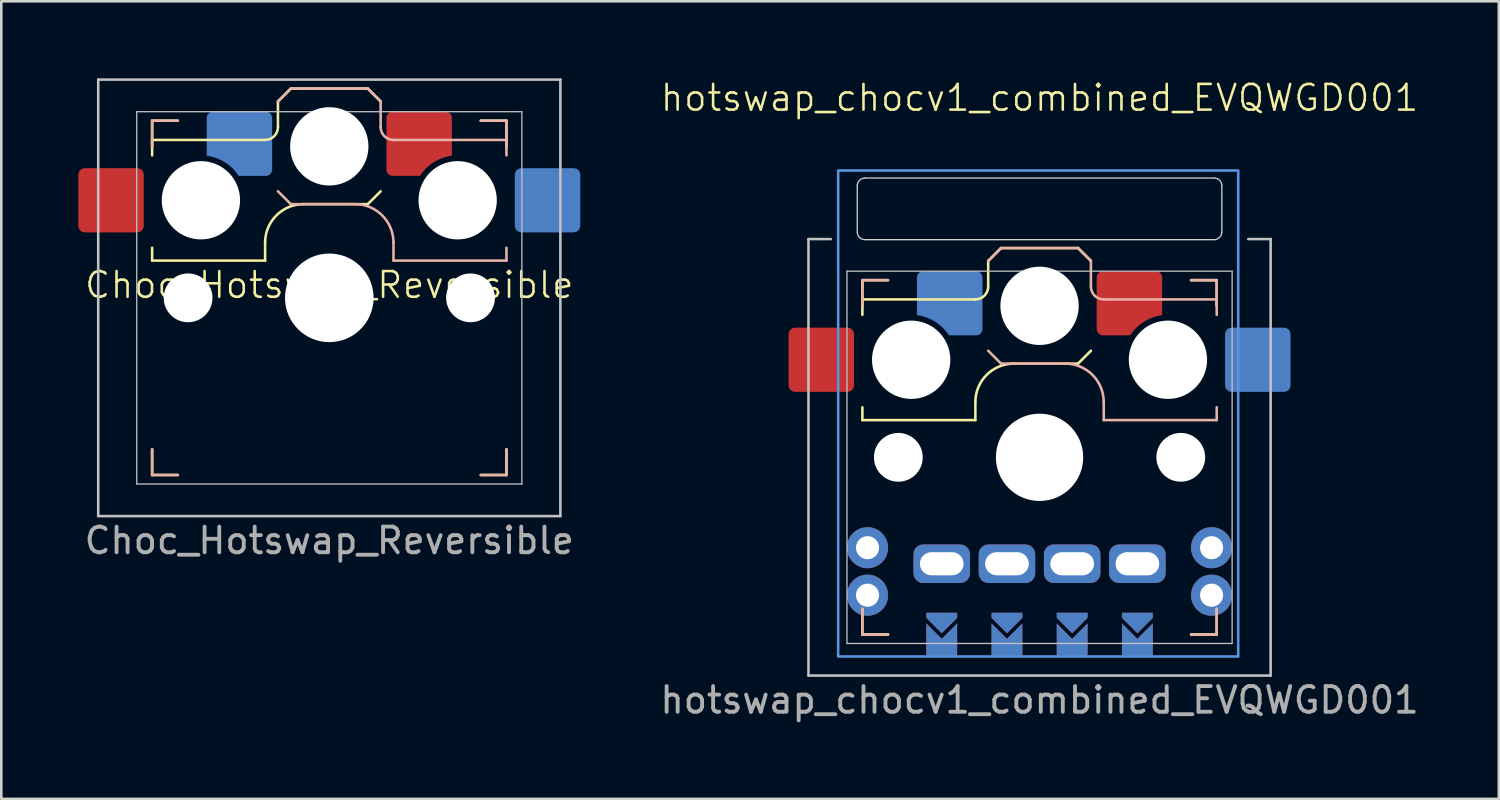
<source format=kicad_pcb>
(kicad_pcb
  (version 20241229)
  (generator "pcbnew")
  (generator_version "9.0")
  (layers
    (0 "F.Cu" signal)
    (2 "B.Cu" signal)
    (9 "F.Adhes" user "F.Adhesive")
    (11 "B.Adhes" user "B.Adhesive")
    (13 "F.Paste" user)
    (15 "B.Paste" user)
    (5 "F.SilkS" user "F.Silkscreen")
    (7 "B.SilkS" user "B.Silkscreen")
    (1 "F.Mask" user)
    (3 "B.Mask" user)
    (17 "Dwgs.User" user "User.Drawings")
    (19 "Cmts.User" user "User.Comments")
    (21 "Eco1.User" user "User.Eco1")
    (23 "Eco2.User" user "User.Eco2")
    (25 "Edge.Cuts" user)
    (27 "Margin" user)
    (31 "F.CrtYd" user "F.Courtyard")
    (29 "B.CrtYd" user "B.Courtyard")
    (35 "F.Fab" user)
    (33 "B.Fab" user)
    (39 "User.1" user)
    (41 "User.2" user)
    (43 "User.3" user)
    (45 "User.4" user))
  (footprint "hotswap_chocv1_combined_EVQWGD001"
    (layer "F.Cu")
    (at 37.437 14.761)
    (property "Reference" "hotswap_chocv1_combined_EVQWGD001" (at 0 -14 0) (unlocked yes) (layer "F.SilkS") (effects (font (size 1 1) (thickness 0.1))))
    (attr through_hole)
    (fp_rect (start -4.318 6.2) (end -3.302 7.216) (stroke (width 0.1) (type solid)) (fill yes) (layer "F.Mask"))
    (fp_rect (start -1.778 6.2) (end -0.762 7.216) (stroke (width 0.1) (type solid)) (fill yes) (layer "F.Mask"))
    (fp_rect (start 0.762 6.2) (end 1.778 7.216) (stroke (width 0.1) (type solid)) (fill yes) (layer "F.Mask"))
    (fp_rect (start 3.302 6.2) (end 4.318 7.216) (stroke (width 0.1) (type solid)) (fill yes) (layer "F.Mask"))
    (fp_rect (start -4.318 6.2) (end -3.302 7.216) (stroke (width 0.1) (type solid)) (fill yes) (layer "B.Mask"))
    (fp_rect (start -1.778 6.2) (end -0.762 7.216) (stroke (width 0.1) (type solid)) (fill yes) (layer "B.Mask"))
    (fp_rect (start 0.762 6.2) (end 1.778 7.216) (stroke (width 0.1) (type solid)) (fill yes) (layer "B.Mask"))
    (fp_rect (start 3.302 6.2) (end 4.318 7.216) (stroke (width 0.1) (type solid)) (fill yes) (layer "B.Mask"))
    (fp_line (start -6.9 -6.9) (end -6.9 -5.9) (stroke (width 0.1) (type default)) (layer "F.SilkS"))
    (fp_line (start -6.9 -6.9) (end -5.9 -6.9) (stroke (width 0.1) (type default)) (layer "F.SilkS"))
    (fp_line (start -6.9 -6.15) (end -2.5 -6.15) (stroke (width 0.1) (type solid)) (layer "F.SilkS"))
    (fp_line (start -6.9 -5.55) (end -6.9 -6.15) (stroke (width 0.1) (type solid)) (layer "F.SilkS"))
    (fp_line (start -6.9 -1.45) (end -6.9 -1.95) (stroke (width 0.1) (type solid)) (layer "F.SilkS"))
    (fp_line (start -6.9 6.9) (end -6.9 5.9) (stroke (width 0.1) (type default)) (layer "F.SilkS"))
    (fp_line (start -6.9 6.9) (end -5.9 6.9) (stroke (width 0.1) (type default)) (layer "F.SilkS"))
    (fp_line (start -2.5 -2.15) (end -2.5 -1.45) (stroke (width 0.1) (type solid)) (layer "F.SilkS"))
    (fp_line (start -2.5 -1.45) (end -6.9 -1.45) (stroke (width 0.1) (type solid)) (layer "F.SilkS"))
    (fp_line (start -2 -6.65) (end -2 -7.65) (stroke (width 0.1) (type solid)) (layer "F.SilkS"))
    (fp_line (start -1.5 -8.15) (end -2 -7.65) (stroke (width 0.1) (type solid)) (layer "F.SilkS"))
    (fp_line (start 1.5 -8.15) (end -1.5 -8.15) (stroke (width 0.1) (type solid)) (layer "F.SilkS"))
    (fp_line (start 1.5 -3.65) (end -1 -3.65) (stroke (width 0.1) (type solid)) (layer "F.SilkS"))
    (fp_line (start 2 -7.65) (end 1.5 -8.15) (stroke (width 0.1) (type solid)) (layer "F.SilkS"))
    (fp_line (start 2 -4.15) (end 1.5 -3.65) (stroke (width 0.1) (type solid)) (layer "F.SilkS"))
    (fp_line (start 6.9 -6.9) (end 5.9 -6.9) (stroke (width 0.1) (type default)) (layer "F.SilkS"))
    (fp_line (start 6.9 -6.9) (end 6.9 -5.9) (stroke (width 0.1) (type default)) (layer "F.SilkS"))
    (fp_line (start 6.9 6.9) (end 5.9 6.9) (stroke (width 0.1) (type default)) (layer "F.SilkS"))
    (fp_line (start 6.9 6.9) (end 6.9 5.9) (stroke (width 0.1) (type default)) (layer "F.SilkS"))
    (fp_arc (start -2.5 -2.15) (mid -2.06066 -3.21066) (end -1 -3.65) (stroke (width 0.1) (type solid)) (layer "F.SilkS"))
    (fp_arc (start -2 -6.65) (mid -2.146447 -6.296447) (end -2.5 -6.15) (stroke (width 0.1) (type solid)) (layer "F.SilkS"))
    (fp_line (start -6.9 -6.9) (end -6.9 -5.9) (stroke (width 0.1) (type default)) (layer "B.SilkS"))
    (fp_line (start -6.9 -6.9) (end -5.9 -6.9) (stroke (width 0.1) (type default)) (layer "B.SilkS"))
    (fp_line (start -6.9 6.9) (end -6.9 5.9) (stroke (width 0.1) (type default)) (layer "B.SilkS"))
    (fp_line (start -6.9 6.9) (end -5.9 6.9) (stroke (width 0.1) (type default)) (layer "B.SilkS"))
    (fp_line (start -2 -7.65) (end -1.5 -8.15) (stroke (width 0.1) (type solid)) (layer "B.SilkS"))
    (fp_line (start -2 -4.15) (end -1.5 -3.65) (stroke (width 0.1) (type solid)) (layer "B.SilkS"))
    (fp_line (start -1.5 -8.15) (end 1.5 -8.15) (stroke (width 0.1) (type solid)) (layer "B.SilkS"))
    (fp_line (start -1.5 -3.65) (end 1 -3.65) (stroke (width 0.1) (type solid)) (layer "B.SilkS"))
    (fp_line (start 1.5 -8.15) (end 2 -7.65) (stroke (width 0.1) (type solid)) (layer "B.SilkS"))
    (fp_line (start 2 -6.65) (end 2 -7.65) (stroke (width 0.1) (type solid)) (layer "B.SilkS"))
    (fp_line (start 2.5 -2.15) (end 2.5 -1.45) (stroke (width 0.1) (type solid)) (layer "B.SilkS"))
    (fp_line (start 2.5 -1.45) (end 6.9 -1.45) (stroke (width 0.1) (type solid)) (layer "B.SilkS"))
    (fp_line (start 6.9 -6.9) (end 5.9 -6.9) (stroke (width 0.1) (type default)) (layer "B.SilkS"))
    (fp_line (start 6.9 -6.9) (end 6.9 -5.9) (stroke (width 0.1) (type default)) (layer "B.SilkS"))
    (fp_line (start 6.9 -6.15) (end 2.5 -6.15) (stroke (width 0.1) (type solid)) (layer "B.SilkS"))
    (fp_line (start 6.9 -5.55) (end 6.9 -6.15) (stroke (width 0.1) (type solid)) (layer "B.SilkS"))
    (fp_line (start 6.9 -1.45) (end 6.9 -1.95) (stroke (width 0.1) (type solid)) (layer "B.SilkS"))
    (fp_line (start 6.9 6.9) (end 5.9 6.9) (stroke (width 0.1) (type default)) (layer "B.SilkS"))
    (fp_line (start 6.9 6.9) (end 6.9 5.9) (stroke (width 0.1) (type default)) (layer "B.SilkS"))
    (fp_arc (start 1 -3.65) (mid 2.06066 -3.21066) (end 2.5 -2.15) (stroke (width 0.1) (type solid)) (layer "B.SilkS"))
    (fp_arc (start 2.5 -6.15) (mid 2.146447 -6.296447) (end 2 -6.65) (stroke (width 0.1) (type solid)) (layer "B.SilkS"))
    (fp_line (start -9 -8.5) (end -9 8.5) (stroke (width 0.1) (type solid)) (layer "Dwgs.User"))
    (fp_line (start -9 8.5) (end 9 8.5) (stroke (width 0.1) (type solid)) (layer "Dwgs.User"))
    (fp_line (start -8.128 -8.5) (end -9 -8.5) (stroke (width 0.1) (type solid)) (layer "Dwgs.User"))
    (fp_line (start -7.5 -7.25) (end -7.5 7.25) (stroke (width 0.05) (type solid)) (layer "Dwgs.User"))
    (fp_line (start 7.5 -7.25) (end -7.5 -7.25) (stroke (width 0.05) (type solid)) (layer "Dwgs.User"))
    (fp_line (start 7.5 -7.25) (end 7.5 7.25) (stroke (width 0.05) (type solid)) (layer "Dwgs.User"))
    (fp_line (start 7.5 7.25) (end -7.5 7.25) (stroke (width 0.05) (type solid)) (layer "Dwgs.User"))
    (fp_line (start 9 -8.5) (end 8.128 -8.5) (stroke (width 0.1) (type solid)) (layer "Dwgs.User"))
    (fp_line (start 9 8.5) (end 9 -8.5) (stroke (width 0.1) (type solid)) (layer "Dwgs.User"))
    (fp_rect (start -7.843 -11.17) (end 7.738 7.757) (stroke (width 0.1) (type solid)) (fill no) (layer "Cmts.User"))
    (fp_line (start -7.1 -10.577) (end -7.1 -8.777) (stroke (width 0.05) (type solid)) (layer "Edge.Cuts"))
    (fp_line (start -6.8 -8.477) (end 6.8 -8.477) (stroke (width 0.05) (type solid)) (layer "Edge.Cuts"))
    (fp_line (start 6.8 -10.877) (end -6.8 -10.877) (stroke (width 0.05) (type solid)) (layer "Edge.Cuts"))
    (fp_line (start 7.1 -8.777) (end 7.1 -10.577) (stroke (width 0.05) (type solid)) (layer "Edge.Cuts"))
    (fp_arc (start -7.1 -10.577) (mid -7.012132 -10.789132) (end -6.8 -10.877) (stroke (width 0.05) (type solid)) (layer "Edge.Cuts"))
    (fp_arc (start -6.8 -8.477) (mid -7.012132 -8.564868) (end -7.1 -8.777) (stroke (width 0.05) (type solid)) (layer "Edge.Cuts"))
    (fp_arc (start 6.8 -10.877) (mid 7.012132 -10.789132) (end 7.1 -10.577) (stroke (width 0.05) (type solid)) (layer "Edge.Cuts"))
    (fp_arc (start 7.1 -8.777) (mid 7.012132 -8.564868) (end 6.8 -8.477) (stroke (width 0.05) (type solid)) (layer "Edge.Cuts"))
    (fp_text user "${REFERENCE}" (at 0 9.454 180) (layer "F.Fab") (effects (font (size 1 1) (thickness 0.15))))
    (pad "" np_thru_hole circle (at -5.5 -0.000001) (size 1.9 1.9) (drill 1.9) (layers "*.Cu" "*.Mask"))
    (pad "" np_thru_hole circle (at -5 -3.8) (size 3.05 3.05) (drill 3.05) (layers "*.Cu" "*.Mask"))
    (pad "" np_thru_hole circle (at 0 -5.9) (size 3.05 3.05) (drill 3.05) (layers "*.Cu" "*.Mask"))
    (pad "" np_thru_hole circle (at 0 0) (size 3.4 3.4) (drill 3.4) (layers "*.Cu" "*.Mask"))
    (pad "" np_thru_hole circle (at 5 -3.8) (size 3.05 3.05) (drill 3.05) (layers "*.Cu" "*.Mask"))
    (pad "" np_thru_hole circle (at 5.5 0.000001) (size 1.9 1.9) (drill 1.9) (layers "*.Cu" "*.Mask"))
    (pad "1" smd custom (at -3.5 -6.05) (size 1 1) (layers "B.Cu" "B.Mask" "B.Paste") (options (anchor circle)) (primitives (gr_poly (pts (arc (start 1.27503 1.050027) (mid 1.201808 1.226804) (end 1.02502 1.300027)) (arc (start -0.030277 1.300027) (mid -0.566035 0.770081) (end -1.27497 0.514553)) (arc (start -1.27497 -0.945195) (mid -1.201745 -1.126749) (end -1.02498 -1.199973)) (arc (start 1.02498 -1.199973) (mid 1.201795 -1.126731) (end 1.27503 -0.949918))) (width 0) (fill yes))))
    (pad "1" smd custom (at 3.5 -6.05) (size 1 1) (layers "F.Cu" "F.Mask" "F.Paste") (options (anchor circle)) (primitives (gr_poly (pts (arc (start -1.27503 1.050027) (mid -1.201808 1.226804) (end -1.02502 1.300027)) (arc (start 0.030277 1.300027) (mid 0.566035 0.770081) (end 1.27497 0.514553)) (arc (start 1.27497 -0.945195) (mid 1.201745 -1.126749) (end 1.02498 -1.199973)) (arc (start -1.02498 -1.199973) (mid -1.201795 -1.126731) (end -1.27503 -0.949918))) (width 0) (fill yes))))
    (pad "2" smd roundrect (at -8.5 -3.8) (size 2.55 2.5) (layers "F.Cu" "F.Mask" "F.Paste") (roundrect_rratio 0.1))
    (pad "2" smd roundrect (at 8.5 -3.8) (size 2.55 2.5) (layers "B.Cu" "B.Mask" "B.Paste") (roundrect_rratio 0.1))
    (pad "A" smd custom (at -3.81 7.47) (size 1.2 0.5) (layers "F.Cu" "F.Mask") (options (anchor rect)) (primitives (gr_poly (pts (xy 0.6 0) (xy -0.6 0) (xy -0.6 -1) (xy 0 -0.4) (xy 0.6 -1)) (width 0) (fill yes))))
    (pad "A" smd custom (at 3.81 7.47) (size 1.2 0.5) (layers "B.Cu" "B.Mask") (options (anchor rect)) (primitives (gr_poly (pts (xy 0.6 0) (xy -0.6 0) (xy -0.6 -1) (xy 0 -0.4) (xy 0.6 -1)) (width 0) (fill yes))))
    (pad "A/D" thru_hole roundrect (at -3.81 4.145 90) (size 1.5 2.2) (drill oval 0.9 1.7) (layers "*.Cu" "*.Mask") (roundrect_rratio 0.25))
    (pad "A/D" smd custom (at -3.81 6.454) (size 0.1 0.1) (layers "F.Cu" "F.Mask") (options (anchor rect)) (primitives (gr_poly (pts (xy 0.6 -0.2) (xy 0 0.4) (xy -0.6 -0.2) (xy -0.6 -0.4) (xy 0.6 -0.4)) (width 0) (fill yes))))
    (pad "A/D" smd custom (at -3.81 6.454) (size 0.1 0.1) (layers "B.Cu" "B.Mask") (options (anchor rect)) (primitives (gr_poly (pts (xy 0.6 -0.2) (xy 0 0.4) (xy -0.6 -0.2) (xy -0.6 -0.4) (xy 0.6 -0.4)) (width 0) (fill yes))))
    (pad "B" smd custom (at -1.27 7.47) (size 1.2 0.5) (layers "F.Cu" "F.Mask") (options (anchor rect)) (primitives (gr_poly (pts (xy 0.6 0) (xy -0.6 0) (xy -0.6 -1) (xy 0 -0.4) (xy 0.6 -1)) (width 0) (fill yes))))
    (pad "B" smd custom (at 1.27 7.47) (size 1.2 0.5) (layers "B.Cu" "B.Mask") (options (anchor rect)) (primitives (gr_poly (pts (xy 0.6 0) (xy -0.6 0) (xy -0.6 -1) (xy 0 -0.4) (xy 0.6 -1)) (width 0) (fill yes))))
    (pad "B/C" thru_hole roundrect (at -1.27 4.145 90) (size 1.5 2.2) (drill oval 0.9 1.7) (layers "*.Cu" "*.Mask") (roundrect_rratio 0.25))
    (pad "B/C" smd custom (at -1.27 6.454) (size 0.1 0.1) (layers "F.Cu" "F.Mask") (options (anchor rect)) (primitives (gr_poly (pts (xy 0.6 -0.2) (xy 0 0.4) (xy -0.6 -0.2) (xy -0.6 -0.4) (xy 0.6 -0.4)) (width 0) (fill yes))))
    (pad "B/C" smd custom (at -1.27 6.454) (size 0.1 0.1) (layers "B.Cu" "B.Mask") (options (anchor rect)) (primitives (gr_poly (pts (xy 0.6 -0.2) (xy 0 0.4) (xy -0.6 -0.2) (xy -0.6 -0.4) (xy 0.6 -0.4)) (width 0) (fill yes))))
    (pad "C" smd custom (at -1.27 7.47) (size 1.2 0.5) (layers "B.Cu" "B.Mask") (options (anchor rect)) (primitives (gr_poly (pts (xy 0.6 0) (xy -0.6 0) (xy -0.6 -1) (xy 0 -0.4) (xy 0.6 -1)) (width 0) (fill yes))))
    (pad "C" smd custom (at 1.27 7.47) (size 1.2 0.5) (layers "F.Cu" "F.Mask") (options (anchor rect)) (primitives (gr_poly (pts (xy 0.6 0) (xy -0.6 0) (xy -0.6 -1) (xy 0 -0.4) (xy 0.6 -1)) (width 0) (fill yes))))
    (pad "C/B" thru_hole roundrect (at 1.27 4.145 90) (size 1.5 2.2) (drill oval 0.9 1.7) (layers "*.Cu" "*.Mask") (roundrect_rratio 0.25))
    (pad "C/B" smd custom (at 1.27 6.454) (size 0.1 0.1) (layers "F.Cu" "F.Mask") (options (anchor rect)) (primitives (gr_poly (pts (xy 0.6 -0.2) (xy 0 0.4) (xy -0.6 -0.2) (xy -0.6 -0.4) (xy 0.6 -0.4)) (width 0) (fill yes))))
    (pad "C/B" smd custom (at 1.27 6.454) (size 0.1 0.1) (layers "B.Cu" "B.Mask") (options (anchor rect)) (primitives (gr_poly (pts (xy 0.6 -0.2) (xy 0 0.4) (xy -0.6 -0.2) (xy -0.6 -0.4) (xy 0.6 -0.4)) (width 0) (fill yes))))
    (pad "D" smd custom (at -3.81 7.47) (size 1.2 0.5) (layers "B.Cu" "B.Mask") (options (anchor rect)) (primitives (gr_poly (pts (xy 0.6 0) (xy -0.6 0) (xy -0.6 -1) (xy 0 -0.4) (xy 0.6 -1)) (width 0) (fill yes))))
    (pad "D" smd custom (at 3.81 7.47) (size 1.2 0.5) (layers "F.Cu" "F.Mask") (options (anchor rect)) (primitives (gr_poly (pts (xy 0.6 0) (xy -0.6 0) (xy -0.6 -1) (xy 0 -0.4) (xy 0.6 -1)) (width 0) (fill yes))))
    (pad "D/A" thru_hole roundrect (at 3.81 4.145 90) (size 1.5 2.2) (drill oval 0.9 1.7) (layers "*.Cu" "*.Mask") (roundrect_rratio 0.25))
    (pad "D/A" smd custom (at 3.81 6.454) (size 0.1 0.1) (layers "F.Cu" "F.Mask") (options (anchor rect)) (primitives (gr_poly (pts (xy 0.6 -0.2) (xy 0 0.4) (xy -0.6 -0.2) (xy -0.6 -0.4) (xy 0.6 -0.4)) (width 0) (fill yes))))
    (pad "D/A" smd custom (at 3.81 6.454) (size 0.1 0.1) (layers "B.Cu" "B.Mask") (options (anchor rect)) (primitives (gr_poly (pts (xy 0.6 -0.2) (xy 0 0.4) (xy -0.6 -0.2) (xy -0.6 -0.4) (xy 0.6 -0.4)) (width 0) (fill yes))))
    (pad "S1" thru_hole circle (at -6.7 5.37 90) (size 1.6 1.6) (drill 0.9) (layers "*.Cu" "*.Mask"))
    (pad "S1" thru_hole circle (at 6.7 5.37 270) (size 1.6 1.6) (drill 0.9) (layers "*.Cu" "*.Mask"))
    (pad "S2" thru_hole circle (at -6.7 3.52 90) (size 1.6 1.6) (drill 0.9) (layers "*.Cu" "*.Mask"))
    (pad "S2" thru_hole circle (at 6.7 3.52 270) (size 1.6 1.6) (drill 0.9) (layers "*.Cu" "*.Mask")))
  (footprint "Choc_Hotswap_Reversible"
    (layer "F.Cu")
    (at 9.775 8.55)
    (property "Reference" "Choc_Hotswap_Reversible" (at 0 -0.5 0) (unlocked yes) (layer "F.SilkS") (effects (font (size 1 1) (thickness 0.1))))
    (attr smd)
    (fp_line (start -6.9 -6.9) (end -6.9 -5.9) (stroke (width 0.1) (type default)) (layer "F.SilkS"))
    (fp_line (start -6.9 -6.9) (end -5.9 -6.9) (stroke (width 0.1) (type default)) (layer "F.SilkS"))
    (fp_line (start -6.9 -6.15) (end -2.5 -6.15) (stroke (width 0.1) (type solid)) (layer "F.SilkS"))
    (fp_line (start -6.9 -5.55) (end -6.9 -6.15) (stroke (width 0.1) (type solid)) (layer "F.SilkS"))
    (fp_line (start -6.9 -1.45) (end -6.9 -1.95) (stroke (width 0.1) (type solid)) (layer "F.SilkS"))
    (fp_line (start -6.9 6.9) (end -6.9 5.9) (stroke (width 0.1) (type default)) (layer "F.SilkS"))
    (fp_line (start -6.9 6.9) (end -5.9 6.9) (stroke (width 0.1) (type default)) (layer "F.SilkS"))
    (fp_line (start -2.5 -2.15) (end -2.5 -1.45) (stroke (width 0.1) (type solid)) (layer "F.SilkS"))
    (fp_line (start -2.5 -1.45) (end -6.9 -1.45) (stroke (width 0.1) (type solid)) (layer "F.SilkS"))
    (fp_line (start -2 -6.65) (end -2 -7.65) (stroke (width 0.1) (type solid)) (layer "F.SilkS"))
    (fp_line (start -1.5 -8.15) (end -2 -7.65) (stroke (width 0.1) (type solid)) (layer "F.SilkS"))
    (fp_line (start 1.5 -8.15) (end -1.5 -8.15) (stroke (width 0.1) (type solid)) (layer "F.SilkS"))
    (fp_line (start 1.5 -3.65) (end -1 -3.65) (stroke (width 0.1) (type solid)) (layer "F.SilkS"))
    (fp_line (start 2 -7.65) (end 1.5 -8.15) (stroke (width 0.1) (type solid)) (layer "F.SilkS"))
    (fp_line (start 2 -4.15) (end 1.5 -3.65) (stroke (width 0.1) (type solid)) (layer "F.SilkS"))
    (fp_line (start 6.9 -6.9) (end 5.9 -6.9) (stroke (width 0.1) (type default)) (layer "F.SilkS"))
    (fp_line (start 6.9 -6.9) (end 6.9 -5.9) (stroke (width 0.1) (type default)) (layer "F.SilkS"))
    (fp_line (start 6.9 6.9) (end 5.9 6.9) (stroke (width 0.1) (type default)) (layer "F.SilkS"))
    (fp_line (start 6.9 6.9) (end 6.9 5.9) (stroke (width 0.1) (type default)) (layer "F.SilkS"))
    (fp_arc (start -2.5 -2.15) (mid -2.06066 -3.21066) (end -1 -3.65) (stroke (width 0.1) (type solid)) (layer "F.SilkS"))
    (fp_arc (start -2 -6.65) (mid -2.146447 -6.296447) (end -2.5 -6.15) (stroke (width 0.1) (type solid)) (layer "F.SilkS"))
    (fp_line (start -6.9 -6.9) (end -6.9 -5.9) (stroke (width 0.1) (type default)) (layer "B.SilkS"))
    (fp_line (start -6.9 -6.9) (end -5.9 -6.9) (stroke (width 0.1) (type default)) (layer "B.SilkS"))
    (fp_line (start -6.9 6.9) (end -6.9 5.9) (stroke (width 0.1) (type default)) (layer "B.SilkS"))
    (fp_line (start -6.9 6.9) (end -5.9 6.9) (stroke (width 0.1) (type default)) (layer "B.SilkS"))
    (fp_line (start -2 -7.65) (end -1.5 -8.15) (stroke (width 0.1) (type solid)) (layer "B.SilkS"))
    (fp_line (start -2 -4.15) (end -1.5 -3.65) (stroke (width 0.1) (type solid)) (layer "B.SilkS"))
    (fp_line (start -1.5 -8.15) (end 1.5 -8.15) (stroke (width 0.1) (type solid)) (layer "B.SilkS"))
    (fp_line (start -1.5 -3.65) (end 1 -3.65) (stroke (width 0.1) (type solid)) (layer "B.SilkS"))
    (fp_line (start 1.5 -8.15) (end 2 -7.65) (stroke (width 0.1) (type solid)) (layer "B.SilkS"))
    (fp_line (start 2 -6.65) (end 2 -7.65) (stroke (width 0.1) (type solid)) (layer "B.SilkS"))
    (fp_line (start 2.5 -2.15) (end 2.5 -1.45) (stroke (width 0.1) (type solid)) (layer "B.SilkS"))
    (fp_line (start 2.5 -1.45) (end 6.9 -1.45) (stroke (width 0.1) (type solid)) (layer "B.SilkS"))
    (fp_line (start 6.9 -6.9) (end 5.9 -6.9) (stroke (width 0.1) (type default)) (layer "B.SilkS"))
    (fp_line (start 6.9 -6.9) (end 6.9 -5.9) (stroke (width 0.1) (type default)) (layer "B.SilkS"))
    (fp_line (start 6.9 -6.15) (end 2.5 -6.15) (stroke (width 0.1) (type solid)) (layer "B.SilkS"))
    (fp_line (start 6.9 -5.55) (end 6.9 -6.15) (stroke (width 0.1) (type solid)) (layer "B.SilkS"))
    (fp_line (start 6.9 -1.45) (end 6.9 -1.95) (stroke (width 0.1) (type solid)) (layer "B.SilkS"))
    (fp_line (start 6.9 6.9) (end 5.9 6.9) (stroke (width 0.1) (type default)) (layer "B.SilkS"))
    (fp_line (start 6.9 6.9) (end 6.9 5.9) (stroke (width 0.1) (type default)) (layer "B.SilkS"))
    (fp_arc (start 1 -3.65) (mid 2.06066 -3.21066) (end 2.5 -2.15) (stroke (width 0.1) (type solid)) (layer "B.SilkS"))
    (fp_arc (start 2.5 -6.15) (mid 2.146447 -6.296447) (end 2 -6.65) (stroke (width 0.1) (type solid)) (layer "B.SilkS"))
    (fp_line (start -9 8.5) (end 9 8.5) (stroke (width 0.1) (type solid)) (layer "Dwgs.User"))
    (fp_line (start -9 -8.5) (end -9 8.5) (stroke (width 0.1) (type solid)) (layer "Dwgs.User"))
    (fp_line (start -7.5 -7.25) (end -7.5 7.25) (stroke (width 0.05) (type solid)) (layer "Dwgs.User"))
    (fp_line (start 7.5 -7.25) (end -7.5 -7.25) (stroke (width 0.05) (type solid)) (layer "Dwgs.User"))
    (fp_line (start 7.5 -7.25) (end 7.5 7.25) (stroke (width 0.05) (type solid)) (layer "Dwgs.User"))
    (fp_line (start 7.5 7.25) (end -7.5 7.25) (stroke (width 0.05) (type solid)) (layer "Dwgs.User"))
    (fp_line (start 9 8.5) (end 9 -8.5) (stroke (width 0.1) (type solid)) (layer "Dwgs.User"))
    (fp_line (start 9 -8.5) (end -9 -8.5) (stroke (width 0.1) (type solid)) (layer "Dwgs.User"))
    (fp_text user "${REFERENCE}" (at 0 9.454 180) (layer "F.Fab") (effects (font (size 1 1) (thickness 0.15))))
    (pad "" np_thru_hole circle (at -5.5 -0.000001) (size 1.9 1.9) (drill 1.9) (layers "*.Cu" "*.Mask"))
    (pad "" np_thru_hole circle (at -5 -3.8) (size 3.05 3.05) (drill 3.05) (layers "*.Cu" "*.Mask"))
    (pad "" np_thru_hole circle (at 0 -5.9) (size 3.05 3.05) (drill 3.05) (layers "*.Cu" "*.Mask"))
    (pad "" np_thru_hole circle (at 0 0) (size 3.45 3.45) (drill 3.45) (layers "*.Cu" "*.Mask"))
    (pad "" np_thru_hole circle (at 5 -3.8) (size 3.05 3.05) (drill 3.05) (layers "*.Cu" "*.Mask"))
    (pad "" np_thru_hole circle (at 5.5 0.000001) (size 1.9 1.9) (drill 1.9) (layers "*.Cu" "*.Mask"))
    (pad "1" smd custom (at -3.5 -6.05) (size 1 1) (layers "B.Cu" "B.Mask" "B.Paste") (options (anchor circle)) (primitives (gr_poly (pts (arc (start 1.27503 1.050027) (mid 1.201808 1.226804) (end 1.02502 1.300027)) (arc (start -0.030277 1.300027) (mid -0.566035 0.770081) (end -1.27497 0.514553)) (arc (start -1.27497 -0.945195) (mid -1.201745 -1.126749) (end -1.02498 -1.199973)) (arc (start 1.02498 -1.199973) (mid 1.201795 -1.126731) (end 1.27503 -0.949918))) (width 0) (fill yes))))
    (pad "1" smd custom (at 3.5 -6.05) (size 1 1) (layers "F.Cu" "F.Mask" "F.Paste") (options (anchor circle)) (primitives (gr_poly (pts (arc (start -1.27503 1.050027) (mid -1.201808 1.226804) (end -1.02502 1.300027)) (arc (start 0.030277 1.300027) (mid 0.566035 0.770081) (end 1.27497 0.514553)) (arc (start 1.27497 -0.945195) (mid 1.201745 -1.126749) (end 1.02498 -1.199973)) (arc (start -1.02498 -1.199973) (mid -1.201795 -1.126731) (end -1.27503 -0.949918))) (width 0) (fill yes))))
    (pad "2" smd roundrect (at -8.5 -3.8) (size 2.55 2.5) (layers "F.Cu" "F.Mask" "F.Paste") (roundrect_rratio 0.1))
    (pad "2" smd roundrect (at 8.5 -3.8) (size 2.55 2.5) (layers "B.Cu" "B.Mask" "B.Paste") (roundrect_rratio 0.1)))
  (gr_rect
    (start -3 -3)
    (end 55.324 28.063)
    (stroke (width 0.1) (type default))
    (fill no)
    (layer "Edge.Cuts")))
</source>
